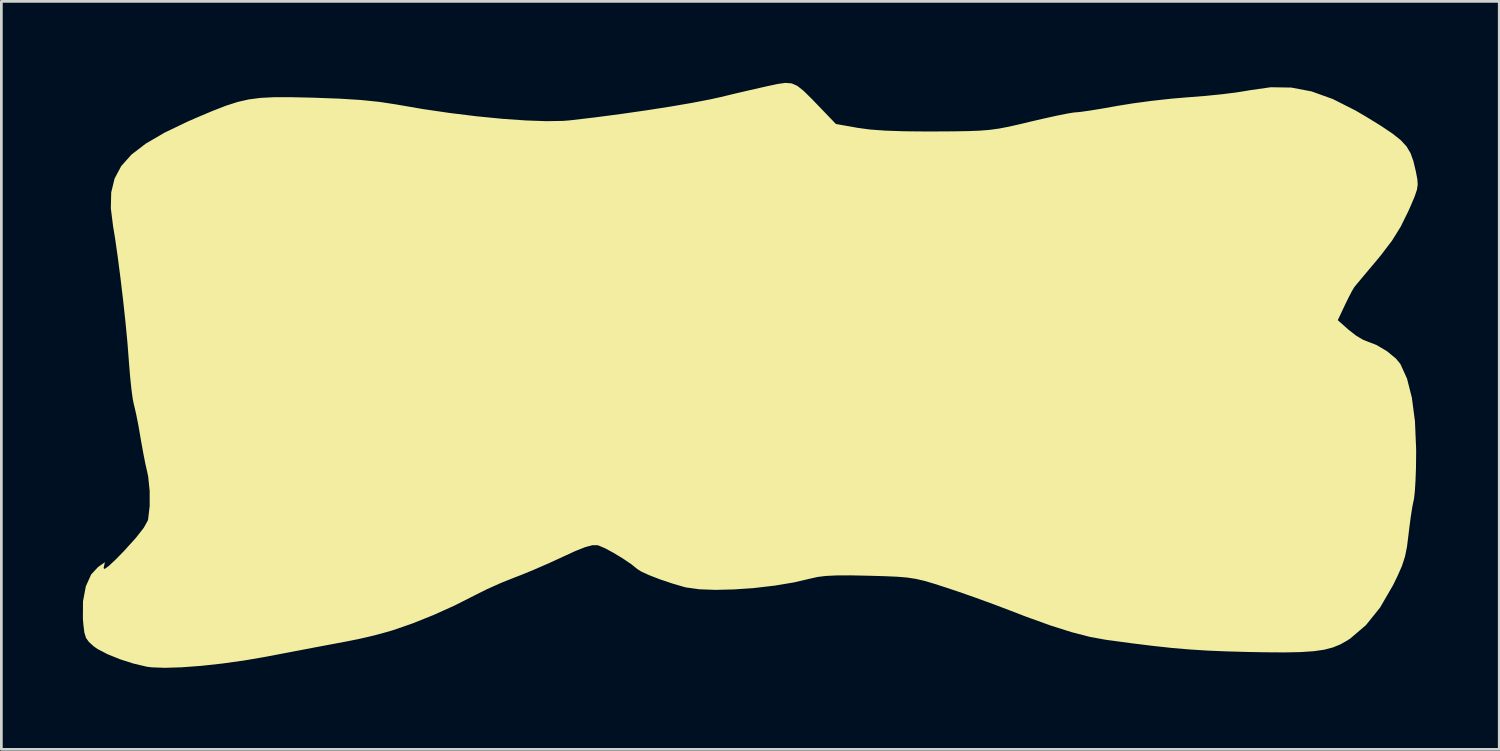
<source format=kicad_pcb>
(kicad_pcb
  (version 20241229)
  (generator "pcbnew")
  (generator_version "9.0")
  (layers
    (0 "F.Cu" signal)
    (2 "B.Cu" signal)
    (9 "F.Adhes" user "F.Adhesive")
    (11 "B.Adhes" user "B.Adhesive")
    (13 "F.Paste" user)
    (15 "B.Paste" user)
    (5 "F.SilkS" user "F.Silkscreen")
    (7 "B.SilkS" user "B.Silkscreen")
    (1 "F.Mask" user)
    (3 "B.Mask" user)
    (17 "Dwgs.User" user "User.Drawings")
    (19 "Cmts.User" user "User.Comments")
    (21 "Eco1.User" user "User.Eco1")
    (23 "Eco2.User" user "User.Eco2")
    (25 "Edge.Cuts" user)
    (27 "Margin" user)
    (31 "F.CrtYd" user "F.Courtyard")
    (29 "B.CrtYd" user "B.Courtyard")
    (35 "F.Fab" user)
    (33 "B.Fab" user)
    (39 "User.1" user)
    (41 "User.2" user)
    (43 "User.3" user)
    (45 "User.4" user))
  (footprint "pcb_outline_test"
    (layer "F.Cu")
    (at 25.467 9.931)
    (property "Reference" "pcb_outline_test" (at 0 0 0) (layer "F.SilkS") (effects (font (size 1.524 1.524) (thickness 0.3))))
    (attr board_only exclude_from_pos_files exclude_from_bom)
    (fp_poly (pts (xy 0.612 -9.913) (xy 0.825 -9.819) (xy 1.059 -9.632) (xy 1.357 -9.338) (xy 1.62 -9.065) (xy 2.241 -8.419) (xy 3.047 -8.276) (xy 3.489 -8.216) (xy 4.044 -8.175) (xy 4.735 -8.151) (xy 5.586 -8.143) (xy 5.898 -8.144) (xy 6.579 -8.148) (xy 7.111 -8.157) (xy 7.535 -8.173) (xy 7.892 -8.202) (xy 8.223 -8.247) (xy 8.57 -8.312) (xy 8.973 -8.403) (xy 9.383 -8.501) (xy 9.899 -8.621) (xy 10.366 -8.724) (xy 10.745 -8.8) (xy 10.998 -8.842) (xy 11.065 -8.847) (xy 11.247 -8.864) (xy 11.573 -8.91) (xy 11.998 -8.979) (xy 12.482 -9.064) (xy 12.575 -9.081) (xy 13.174 -9.178) (xy 13.877 -9.272) (xy 14.597 -9.351) (xy 15.249 -9.406) (xy 15.269 -9.407) (xy 15.849 -9.453) (xy 16.436 -9.512) (xy 16.968 -9.578) (xy 17.384 -9.645) (xy 17.457 -9.659) (xy 18.244 -9.771) (xy 18.995 -9.759) (xy 19.745 -9.617) (xy 20.525 -9.337) (xy 21.368 -8.911) (xy 21.725 -8.702) (xy 22.291 -8.354) (xy 22.715 -8.07) (xy 23.023 -7.826) (xy 23.239 -7.592) (xy 23.387 -7.342) (xy 23.491 -7.049) (xy 23.578 -6.686) (xy 23.587 -6.64) (xy 23.635 -6.39) (xy 23.649 -6.193) (xy 23.621 -5.999) (xy 23.539 -5.756) (xy 23.395 -5.415) (xy 23.299 -5.2) (xy 23.021 -4.637) (xy 22.701 -4.122) (xy 22.29 -3.583) (xy 22.149 -3.412) (xy 21.852 -3.059) (xy 21.596 -2.754) (xy 21.408 -2.529) (xy 21.316 -2.417) (xy 21.316 -2.416) (xy 21.234 -2.28) (xy 21.103 -2.028) (xy 20.97 -1.756) (xy 20.708 -1.2) (xy 21.104 -0.848) (xy 21.376 -0.636) (xy 21.636 -0.48) (xy 21.756 -0.432) (xy 22.136 -0.285) (xy 22.525 -0.053) (xy 22.852 0.217) (xy 23.011 0.411) (xy 23.256 0.949) (xy 23.435 1.656) (xy 23.548 2.522) (xy 23.591 3.538) (xy 23.592 3.678) (xy 23.586 4.207) (xy 23.569 4.694) (xy 23.544 5.095) (xy 23.514 5.366) (xy 23.502 5.422) (xy 23.452 5.664) (xy 23.394 6.033) (xy 23.337 6.467) (xy 23.311 6.686) (xy 23.254 7.142) (xy 23.18 7.504) (xy 23.07 7.843) (xy 22.9 8.228) (xy 22.743 8.549) (xy 22.266 9.372) (xy 21.744 10.022) (xy 21.166 10.515) (xy 21.056 10.587) (xy 20.801 10.731) (xy 20.529 10.842) (xy 20.213 10.925) (xy 19.829 10.98) (xy 19.35 11.013) (xy 18.75 11.025) (xy 18.004 11.02) (xy 17.398 11.009) (xy 16.607 10.987) (xy 15.91 10.958) (xy 15.261 10.917) (xy 14.612 10.862) (xy 13.918 10.787) (xy 13.132 10.69) (xy 12.207 10.565) (xy 12.154 10.557) (xy 11.575 10.451) (xy 10.911 10.279) (xy 10.14 10.035) (xy 9.238 9.71) (xy 8.609 9.468) (xy 8.029 9.248) (xy 7.361 9.005) (xy 6.7 8.774) (xy 6.279 8.634) (xy 5.837 8.492) (xy 5.485 8.389) (xy 5.175 8.318) (xy 4.86 8.27) (xy 4.494 8.24) (xy 4.029 8.22) (xy 3.461 8.204) (xy 2.79 8.19) (xy 2.275 8.192) (xy 1.881 8.211) (xy 1.574 8.247) (xy 1.321 8.304) (xy 0.698 8.449) (xy -0.008 8.567) (xy -0.754 8.654) (xy -1.497 8.707) (xy -2.193 8.724) (xy -2.798 8.701) (xy -3.269 8.635) (xy -3.331 8.62) (xy -3.784 8.488) (xy -4.231 8.337) (xy -4.626 8.185) (xy -4.922 8.05) (xy -5.066 7.958) (xy -5.287 7.78) (xy -5.597 7.57) (xy -5.941 7.362) (xy -6.259 7.19) (xy -6.496 7.09) (xy -6.534 7.08) (xy -6.72 7.081) (xy -6.987 7.152) (xy -7.365 7.303) (xy -7.801 7.504) (xy -8.301 7.734) (xy -8.839 7.969) (xy -9.335 8.173) (xy -9.585 8.269) (xy -10.063 8.46) (xy -10.581 8.691) (xy -11.033 8.915) (xy -11.059 8.93) (xy -11.794 9.301) (xy -12.582 9.656) (xy -13.363 9.968) (xy -14.071 10.212) (xy -14.317 10.283) (xy -14.692 10.384) (xy -15.011 10.463) (xy -15.332 10.535) (xy -15.71 10.611) (xy -16.203 10.704) (xy -16.363 10.734) (xy -16.624 10.783) (xy -17.032 10.86) (xy -17.545 10.958) (xy -18.124 11.068) (xy -18.693 11.177) (xy -19.506 11.318) (xy -20.323 11.433) (xy -21.109 11.519) (xy -21.831 11.573) (xy -22.452 11.592) (xy -22.94 11.574) (xy -23.117 11.551) (xy -23.6 11.437) (xy -24.101 11.277) (xy -24.563 11.09) (xy -24.928 10.9) (xy -25.068 10.802) (xy -25.244 10.642) (xy -25.352 10.492) (xy -25.413 10.294) (xy -25.45 9.992) (xy -25.467 9.784) (xy -25.463 9.146) (xy -25.359 8.594) (xy -25.163 8.157) (xy -24.911 7.886) (xy -24.657 7.705) (xy -24.705 7.919) (xy -24.67 7.957) (xy -24.517 7.848) (xy -24.245 7.592) (xy -23.939 7.278) (xy -23.516 6.81) (xy -23.227 6.44) (xy -23.08 6.176) (xy -23.066 6.127) (xy -23.009 5.635) (xy -23.01 5.076) (xy -23.065 4.553) (xy -23.102 4.376) (xy -23.169 4.081) (xy -23.249 3.672) (xy -23.329 3.225) (xy -23.352 3.092) (xy -23.426 2.664) (xy -23.505 2.268) (xy -23.573 1.971) (xy -23.591 1.903) (xy -23.635 1.685) (xy -23.683 1.324) (xy -23.73 0.866) (xy -23.772 0.356) (xy -23.78 0.238) (xy -23.83 -0.399) (xy -23.902 -1.147) (xy -23.989 -1.953) (xy -24.086 -2.766) (xy -24.186 -3.535) (xy -24.282 -4.209) (xy -24.356 -4.655) (xy -24.439 -5.319) (xy -24.425 -5.899) (xy -24.301 -6.411) (xy -24.056 -6.871) (xy -23.677 -7.295) (xy -23.151 -7.698) (xy -22.467 -8.097) (xy -21.611 -8.508) (xy -21.28 -8.653) (xy -20.692 -8.901) (xy -20.203 -9.091) (xy -19.774 -9.229) (xy -19.363 -9.323) (xy -18.93 -9.379) (xy -18.435 -9.404) (xy -17.836 -9.405) (xy -17.094 -9.389) (xy -16.981 -9.386) (xy -16.027 -9.351) (xy -15.23 -9.301) (xy -14.556 -9.232) (xy -13.972 -9.143) (xy -13.937 -9.137) (xy -12.956 -8.968) (xy -11.958 -8.822) (xy -10.972 -8.701) (xy -10.03 -8.609) (xy -9.164 -8.549) (xy -8.406 -8.522) (xy -7.787 -8.533) (xy -7.545 -8.553) (xy -6.61 -8.663) (xy -5.658 -8.788) (xy -4.726 -8.922) (xy -3.849 -9.059) (xy -3.062 -9.194) (xy -2.402 -9.321) (xy -1.998 -9.41) (xy -1.504 -9.529) (xy -0.934 -9.662) (xy -0.398 -9.784) (xy -0.313 -9.803) (xy 0.085 -9.889) (xy 0.379 -9.931)) (stroke (width 0) (type solid)) (fill yes) (layer "F.SilkS")))
  (gr_rect
    (start -3 -3)
    (end 52.116 24.524)
    (stroke (width 0.1) (type default))
    (fill no)
    (layer "Edge.Cuts")))
</source>
